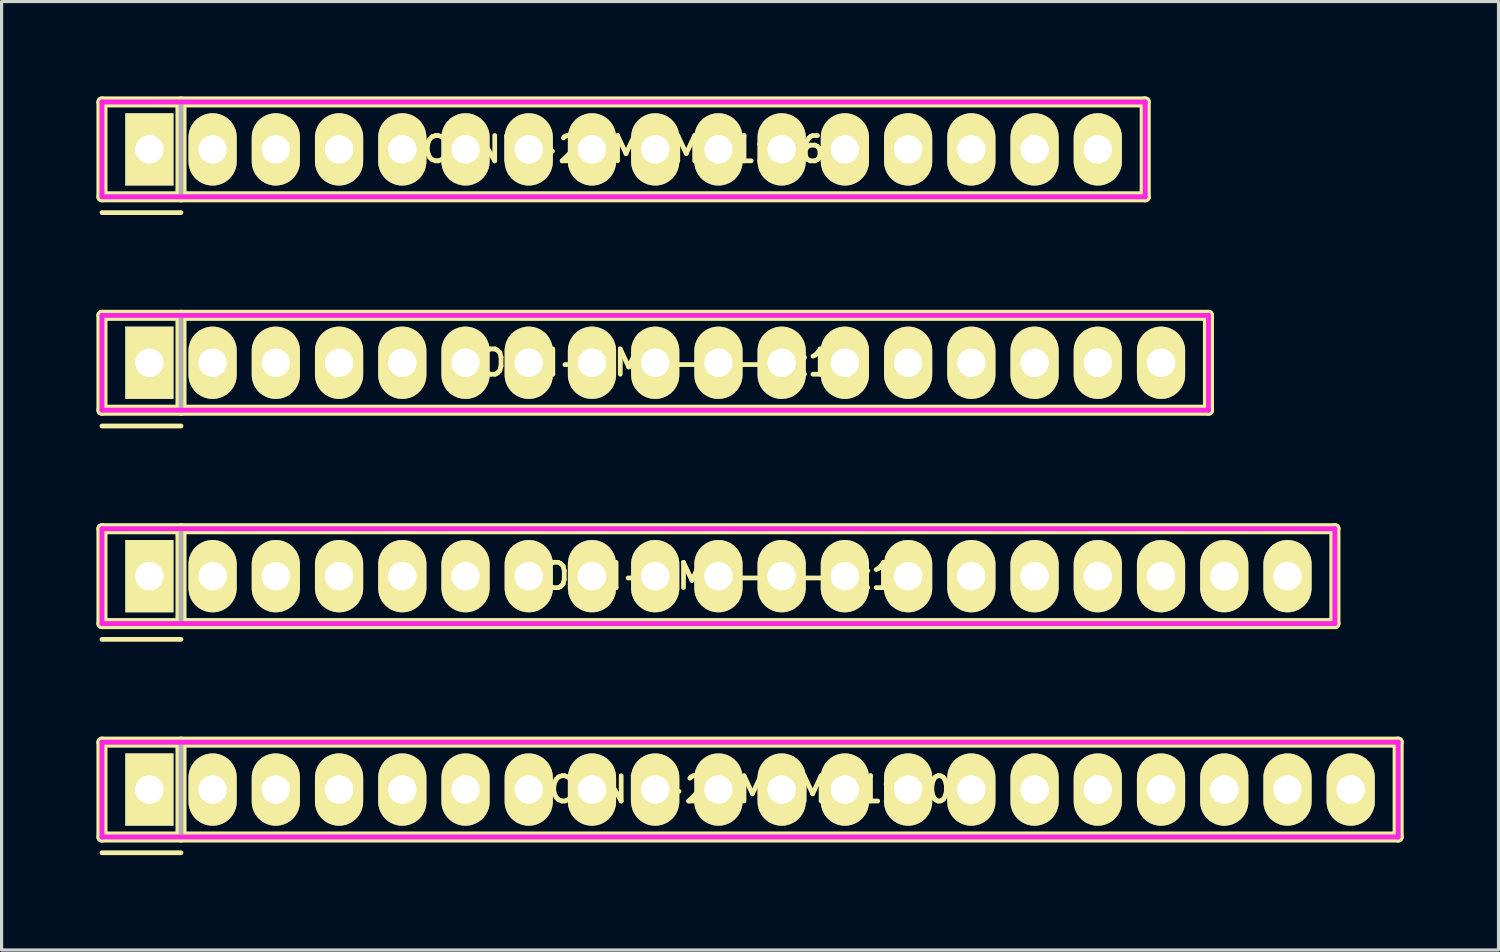
<source format=kicad_pcb>
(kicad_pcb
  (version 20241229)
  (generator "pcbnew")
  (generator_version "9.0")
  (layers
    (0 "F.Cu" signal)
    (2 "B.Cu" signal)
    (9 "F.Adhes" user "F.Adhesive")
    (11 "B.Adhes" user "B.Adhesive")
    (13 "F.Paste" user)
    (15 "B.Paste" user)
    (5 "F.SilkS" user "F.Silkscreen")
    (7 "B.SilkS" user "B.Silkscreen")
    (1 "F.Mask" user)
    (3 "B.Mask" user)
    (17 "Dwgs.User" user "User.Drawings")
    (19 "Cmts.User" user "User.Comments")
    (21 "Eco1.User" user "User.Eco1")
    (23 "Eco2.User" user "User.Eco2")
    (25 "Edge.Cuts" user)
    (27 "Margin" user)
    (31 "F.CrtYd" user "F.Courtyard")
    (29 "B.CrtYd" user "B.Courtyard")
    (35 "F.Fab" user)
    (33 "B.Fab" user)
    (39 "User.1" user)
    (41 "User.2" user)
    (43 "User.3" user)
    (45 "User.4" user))
  (footprint "CONN-2MM-M-1x19"
    (layer "F.Cu")
    (at 19.675 15.175)
    (property "Reference" "CONN-2MM-M-1x19" (at 0 0 0) (layer "F.SilkS") (effects (font (size 0.8 0.8) (thickness 0.15))))
    (attr through_hole)
    (fp_line (start -19.5 -1.5) (end 19.5 -1.5) (stroke (width 0.35) (type solid)) (layer "F.SilkS"))
    (fp_line (start -19.5 1.5) (end -19.5 -1.5) (stroke (width 0.35) (type solid)) (layer "F.SilkS"))
    (fp_line (start -19.5 2) (end -17 2) (stroke (width 0.15) (type solid)) (layer "F.SilkS"))
    (fp_line (start -17 -1.5) (end -17 1.5) (stroke (width 0.35) (type solid)) (layer "F.SilkS"))
    (fp_line (start 19.5 -1.5) (end 19.5 1.5) (stroke (width 0.35) (type solid)) (layer "F.SilkS"))
    (fp_line (start 19.5 1.5) (end -19.5 1.5) (stroke (width 0.35) (type solid)) (layer "F.SilkS"))
    (fp_line (start -19.5 -1.5) (end 19.5 -1.5) (stroke (width 0.15) (type solid)) (layer "F.CrtYd"))
    (fp_line (start -19.5 1.5) (end -19.5 -1.5) (stroke (width 0.15) (type solid)) (layer "F.CrtYd"))
    (fp_line (start 19.5 -1.5) (end 19.5 1.5) (stroke (width 0.15) (type solid)) (layer "F.CrtYd"))
    (fp_line (start 19.5 1.5) (end -19.5 1.5) (stroke (width 0.15) (type solid)) (layer "F.CrtYd"))
    (fp_line (start -19.5 -1.5) (end 19.5 -1.5) (stroke (width 0.15) (type solid)) (layer "F.Fab"))
    (fp_line (start -19.5 1.5) (end -19.5 -1.5) (stroke (width 0.15) (type solid)) (layer "F.Fab"))
    (fp_line (start -17 -1.5) (end -17 1.5) (stroke (width 0.15) (type solid)) (layer "F.Fab"))
    (fp_line (start 19.5 -1.5) (end 19.5 1.5) (stroke (width 0.15) (type solid)) (layer "F.Fab"))
    (fp_line (start 19.5 1.5) (end -19.5 1.5) (stroke (width 0.15) (type solid)) (layer "F.Fab"))
    (pad "1" thru_hole rect (at -18 0) (size 1.524 2.286) (drill 0.9) (layers "*.Cu" "*.Mask" "F.SilkS"))
    (pad "2" thru_hole oval (at -16 0) (size 1.524 2.286) (drill 0.9) (layers "*.Cu" "*.Mask" "F.SilkS"))
    (pad "3" thru_hole oval (at -14 0) (size 1.524 2.286) (drill 0.9) (layers "*.Cu" "*.Mask" "F.SilkS"))
    (pad "4" thru_hole oval (at -12 0) (size 1.524 2.286) (drill 0.9) (layers "*.Cu" "*.Mask" "F.SilkS"))
    (pad "5" thru_hole oval (at -10 0) (size 1.524 2.286) (drill 0.9) (layers "*.Cu" "*.Mask" "F.SilkS"))
    (pad "6" thru_hole oval (at -8 0) (size 1.524 2.286) (drill 0.9) (layers "*.Cu" "*.Mask" "F.SilkS"))
    (pad "7" thru_hole oval (at -6 0) (size 1.524 2.286) (drill 0.9) (layers "*.Cu" "*.Mask" "F.SilkS"))
    (pad "8" thru_hole oval (at -4 0) (size 1.524 2.286) (drill 0.9) (layers "*.Cu" "*.Mask" "F.SilkS"))
    (pad "9" thru_hole oval (at -2 0) (size 1.524 2.286) (drill 0.9) (layers "*.Cu" "*.Mask" "F.SilkS"))
    (pad "10" thru_hole oval (at 0 0) (size 1.524 2.286) (drill 0.9) (layers "*.Cu" "*.Mask" "F.SilkS"))
    (pad "11" thru_hole oval (at 2 0) (size 1.524 2.286) (drill 0.9) (layers "*.Cu" "*.Mask" "F.SilkS"))
    (pad "12" thru_hole oval (at 4 0) (size 1.524 2.286) (drill 0.9) (layers "*.Cu" "*.Mask" "F.SilkS"))
    (pad "13" thru_hole oval (at 6 0) (size 1.524 2.286) (drill 0.9) (layers "*.Cu" "*.Mask" "F.SilkS"))
    (pad "14" thru_hole oval (at 8 0) (size 1.524 2.286) (drill 0.9) (layers "*.Cu" "*.Mask" "F.SilkS"))
    (pad "15" thru_hole oval (at 10 0) (size 1.524 2.286) (drill 0.9) (layers "*.Cu" "*.Mask" "F.SilkS"))
    (pad "16" thru_hole oval (at 12 0) (size 1.524 2.286) (drill 0.9) (layers "*.Cu" "*.Mask" "F.SilkS"))
    (pad "17" thru_hole oval (at 14 0) (size 1.524 2.286) (drill 0.9) (layers "*.Cu" "*.Mask" "F.SilkS"))
    (pad "18" thru_hole oval (at 16 0) (size 1.524 2.286) (drill 0.9) (layers "*.Cu" "*.Mask" "F.SilkS"))
    (pad "19" thru_hole oval (at 18 0) (size 1.524 2.286) (drill 0.9) (layers "*.Cu" "*.Mask" "F.SilkS")))
  (footprint "CONN-2MM-M-1x17"
    (layer "F.Cu")
    (at 17.675 8.425)
    (property "Reference" "CONN-2MM-M-1x17" (at 0 0 0) (layer "F.SilkS") (effects (font (size 0.8 0.8) (thickness 0.15))))
    (attr through_hole)
    (fp_line (start -17.5 -1.5) (end 17.5 -1.5) (stroke (width 0.35) (type solid)) (layer "F.SilkS"))
    (fp_line (start -17.5 1.5) (end -17.5 -1.5) (stroke (width 0.35) (type solid)) (layer "F.SilkS"))
    (fp_line (start -17.5 2) (end -15 2) (stroke (width 0.15) (type solid)) (layer "F.SilkS"))
    (fp_line (start -15 -1.5) (end -15 1.5) (stroke (width 0.35) (type solid)) (layer "F.SilkS"))
    (fp_line (start 17.5 -1.5) (end 17.5 1.5) (stroke (width 0.35) (type solid)) (layer "F.SilkS"))
    (fp_line (start 17.5 1.5) (end -17.5 1.5) (stroke (width 0.35) (type solid)) (layer "F.SilkS"))
    (fp_line (start -17.5 -1.5) (end 17.5 -1.5) (stroke (width 0.15) (type solid)) (layer "F.CrtYd"))
    (fp_line (start -17.5 1.5) (end -17.5 -1.5) (stroke (width 0.15) (type solid)) (layer "F.CrtYd"))
    (fp_line (start 17.5 -1.5) (end 17.5 1.5) (stroke (width 0.15) (type solid)) (layer "F.CrtYd"))
    (fp_line (start 17.5 1.5) (end -17.5 1.5) (stroke (width 0.15) (type solid)) (layer "F.CrtYd"))
    (fp_line (start -17.5 -1.5) (end 17.5 -1.5) (stroke (width 0.15) (type solid)) (layer "F.Fab"))
    (fp_line (start -17.5 1.5) (end -17.5 -1.5) (stroke (width 0.15) (type solid)) (layer "F.Fab"))
    (fp_line (start -15 -1.5) (end -15 1.5) (stroke (width 0.15) (type solid)) (layer "F.Fab"))
    (fp_line (start 17.5 -1.5) (end 17.5 1.5) (stroke (width 0.15) (type solid)) (layer "F.Fab"))
    (fp_line (start 17.5 1.5) (end -17.5 1.5) (stroke (width 0.15) (type solid)) (layer "F.Fab"))
    (pad "1" thru_hole rect (at -16 0) (size 1.524 2.286) (drill 0.9) (layers "*.Cu" "*.Mask" "F.SilkS"))
    (pad "2" thru_hole oval (at -14 0) (size 1.524 2.286) (drill 0.9) (layers "*.Cu" "*.Mask" "F.SilkS"))
    (pad "3" thru_hole oval (at -12 0) (size 1.524 2.286) (drill 0.9) (layers "*.Cu" "*.Mask" "F.SilkS"))
    (pad "4" thru_hole oval (at -10 0) (size 1.524 2.286) (drill 0.9) (layers "*.Cu" "*.Mask" "F.SilkS"))
    (pad "5" thru_hole oval (at -8 0) (size 1.524 2.286) (drill 0.9) (layers "*.Cu" "*.Mask" "F.SilkS"))
    (pad "6" thru_hole oval (at -6 0) (size 1.524 2.286) (drill 0.9) (layers "*.Cu" "*.Mask" "F.SilkS"))
    (pad "7" thru_hole oval (at -4 0) (size 1.524 2.286) (drill 0.9) (layers "*.Cu" "*.Mask" "F.SilkS"))
    (pad "8" thru_hole oval (at -2 0) (size 1.524 2.286) (drill 0.9) (layers "*.Cu" "*.Mask" "F.SilkS"))
    (pad "9" thru_hole oval (at 0 0) (size 1.524 2.286) (drill 0.9) (layers "*.Cu" "*.Mask" "F.SilkS"))
    (pad "10" thru_hole oval (at 2 0) (size 1.524 2.286) (drill 0.9) (layers "*.Cu" "*.Mask" "F.SilkS"))
    (pad "11" thru_hole oval (at 4 0) (size 1.524 2.286) (drill 0.9) (layers "*.Cu" "*.Mask" "F.SilkS"))
    (pad "12" thru_hole oval (at 6 0) (size 1.524 2.286) (drill 0.9) (layers "*.Cu" "*.Mask" "F.SilkS"))
    (pad "13" thru_hole oval (at 8 0) (size 1.524 2.286) (drill 0.9) (layers "*.Cu" "*.Mask" "F.SilkS"))
    (pad "14" thru_hole oval (at 10 0) (size 1.524 2.286) (drill 0.9) (layers "*.Cu" "*.Mask" "F.SilkS"))
    (pad "15" thru_hole oval (at 12 0) (size 1.524 2.286) (drill 0.9) (layers "*.Cu" "*.Mask" "F.SilkS"))
    (pad "16" thru_hole oval (at 14 0) (size 1.524 2.286) (drill 0.9) (layers "*.Cu" "*.Mask" "F.SilkS"))
    (pad "17" thru_hole oval (at 16 0) (size 1.524 2.286) (drill 0.9) (layers "*.Cu" "*.Mask" "F.SilkS")))
  (footprint "CONN-2MM-M-1x20"
    (layer "F.Cu")
    (at 20.675 21.925)
    (property "Reference" "CONN-2MM-M-1x20" (at 0 0 0) (layer "F.SilkS") (effects (font (size 0.8 0.8) (thickness 0.15))))
    (attr through_hole)
    (fp_line (start -20.5 -1.5) (end 20.5 -1.5) (stroke (width 0.35) (type solid)) (layer "F.SilkS"))
    (fp_line (start -20.5 1.5) (end -20.5 -1.5) (stroke (width 0.35) (type solid)) (layer "F.SilkS"))
    (fp_line (start -20.5 2) (end -18 2) (stroke (width 0.15) (type solid)) (layer "F.SilkS"))
    (fp_line (start -18 -1.5) (end -18 1.5) (stroke (width 0.35) (type solid)) (layer "F.SilkS"))
    (fp_line (start 20.5 -1.5) (end 20.5 1.5) (stroke (width 0.35) (type solid)) (layer "F.SilkS"))
    (fp_line (start 20.5 1.5) (end -20.5 1.5) (stroke (width 0.35) (type solid)) (layer "F.SilkS"))
    (fp_line (start -20.5 -1.5) (end 20.5 -1.5) (stroke (width 0.15) (type solid)) (layer "F.CrtYd"))
    (fp_line (start -20.5 1.5) (end -20.5 -1.5) (stroke (width 0.15) (type solid)) (layer "F.CrtYd"))
    (fp_line (start 20.5 -1.5) (end 20.5 1.5) (stroke (width 0.15) (type solid)) (layer "F.CrtYd"))
    (fp_line (start 20.5 1.5) (end -20.5 1.5) (stroke (width 0.15) (type solid)) (layer "F.CrtYd"))
    (fp_line (start -20.5 -1.5) (end 20.5 -1.5) (stroke (width 0.15) (type solid)) (layer "F.Fab"))
    (fp_line (start -20.5 1.5) (end -20.5 -1.5) (stroke (width 0.15) (type solid)) (layer "F.Fab"))
    (fp_line (start -18 -1.5) (end -18 1.5) (stroke (width 0.15) (type solid)) (layer "F.Fab"))
    (fp_line (start 20.5 -1.5) (end 20.5 1.5) (stroke (width 0.15) (type solid)) (layer "F.Fab"))
    (fp_line (start 20.5 1.5) (end -20.5 1.5) (stroke (width 0.15) (type solid)) (layer "F.Fab"))
    (pad "1" thru_hole rect (at -19 0) (size 1.524 2.286) (drill 0.9) (layers "*.Cu" "*.Mask" "F.SilkS"))
    (pad "2" thru_hole oval (at -17 0) (size 1.524 2.286) (drill 0.9) (layers "*.Cu" "*.Mask" "F.SilkS"))
    (pad "3" thru_hole oval (at -15 0) (size 1.524 2.286) (drill 0.9) (layers "*.Cu" "*.Mask" "F.SilkS"))
    (pad "4" thru_hole oval (at -13 0) (size 1.524 2.286) (drill 0.9) (layers "*.Cu" "*.Mask" "F.SilkS"))
    (pad "5" thru_hole oval (at -11 0) (size 1.524 2.286) (drill 0.9) (layers "*.Cu" "*.Mask" "F.SilkS"))
    (pad "6" thru_hole oval (at -9 0) (size 1.524 2.286) (drill 0.9) (layers "*.Cu" "*.Mask" "F.SilkS"))
    (pad "7" thru_hole oval (at -7 0) (size 1.524 2.286) (drill 0.9) (layers "*.Cu" "*.Mask" "F.SilkS"))
    (pad "8" thru_hole oval (at -5 0) (size 1.524 2.286) (drill 0.9) (layers "*.Cu" "*.Mask" "F.SilkS"))
    (pad "9" thru_hole oval (at -3 0) (size 1.524 2.286) (drill 0.9) (layers "*.Cu" "*.Mask" "F.SilkS"))
    (pad "10" thru_hole oval (at -1 0) (size 1.524 2.286) (drill 0.9) (layers "*.Cu" "*.Mask" "F.SilkS"))
    (pad "11" thru_hole oval (at 1 0) (size 1.524 2.286) (drill 0.9) (layers "*.Cu" "*.Mask" "F.SilkS"))
    (pad "12" thru_hole oval (at 3 0) (size 1.524 2.286) (drill 0.9) (layers "*.Cu" "*.Mask" "F.SilkS"))
    (pad "13" thru_hole oval (at 5 0) (size 1.524 2.286) (drill 0.9) (layers "*.Cu" "*.Mask" "F.SilkS"))
    (pad "14" thru_hole oval (at 7 0) (size 1.524 2.286) (drill 0.9) (layers "*.Cu" "*.Mask" "F.SilkS"))
    (pad "15" thru_hole oval (at 9 0) (size 1.524 2.286) (drill 0.9) (layers "*.Cu" "*.Mask" "F.SilkS"))
    (pad "16" thru_hole oval (at 11 0) (size 1.524 2.286) (drill 0.9) (layers "*.Cu" "*.Mask" "F.SilkS"))
    (pad "17" thru_hole oval (at 13 0) (size 1.524 2.286) (drill 0.9) (layers "*.Cu" "*.Mask" "F.SilkS"))
    (pad "18" thru_hole oval (at 15 0) (size 1.524 2.286) (drill 0.9) (layers "*.Cu" "*.Mask" "F.SilkS"))
    (pad "19" thru_hole oval (at 17 0) (size 1.524 2.286) (drill 0.9) (layers "*.Cu" "*.Mask" "F.SilkS"))
    (pad "20" thru_hole oval (at 19 0) (size 1.524 2.286) (drill 0.9) (layers "*.Cu" "*.Mask" "F.SilkS")))
  (footprint "CONN-2MM-M-1x16"
    (layer "F.Cu")
    (at 16.675 1.675)
    (property "Reference" "CONN-2MM-M-1x16" (at 0 0 0) (layer "F.SilkS") (effects (font (size 0.8 0.8) (thickness 0.15))))
    (attr through_hole)
    (fp_line (start -16.5 -1.5) (end 16.5 -1.5) (stroke (width 0.35) (type solid)) (layer "F.SilkS"))
    (fp_line (start -16.5 1.5) (end -16.5 -1.5) (stroke (width 0.35) (type solid)) (layer "F.SilkS"))
    (fp_line (start -16.5 2) (end -14 2) (stroke (width 0.15) (type solid)) (layer "F.SilkS"))
    (fp_line (start -14 -1.5) (end -14 1.5) (stroke (width 0.35) (type solid)) (layer "F.SilkS"))
    (fp_line (start 16.5 -1.5) (end 16.5 1.5) (stroke (width 0.35) (type solid)) (layer "F.SilkS"))
    (fp_line (start 16.5 1.5) (end -16.5 1.5) (stroke (width 0.35) (type solid)) (layer "F.SilkS"))
    (fp_line (start -16.5 -1.5) (end 16.5 -1.5) (stroke (width 0.15) (type solid)) (layer "F.CrtYd"))
    (fp_line (start -16.5 1.5) (end -16.5 -1.5) (stroke (width 0.15) (type solid)) (layer "F.CrtYd"))
    (fp_line (start 16.5 -1.5) (end 16.5 1.5) (stroke (width 0.15) (type solid)) (layer "F.CrtYd"))
    (fp_line (start 16.5 1.5) (end -16.5 1.5) (stroke (width 0.15) (type solid)) (layer "F.CrtYd"))
    (fp_line (start -16.5 -1.5) (end 16.5 -1.5) (stroke (width 0.15) (type solid)) (layer "F.Fab"))
    (fp_line (start -16.5 1.5) (end -16.5 -1.5) (stroke (width 0.15) (type solid)) (layer "F.Fab"))
    (fp_line (start -14 -1.5) (end -14 1.5) (stroke (width 0.15) (type solid)) (layer "F.Fab"))
    (fp_line (start 16.5 -1.5) (end 16.5 1.5) (stroke (width 0.15) (type solid)) (layer "F.Fab"))
    (fp_line (start 16.5 1.5) (end -16.5 1.5) (stroke (width 0.15) (type solid)) (layer "F.Fab"))
    (pad "1" thru_hole rect (at -15 0) (size 1.524 2.286) (drill 0.9) (layers "*.Cu" "*.Mask" "F.SilkS"))
    (pad "2" thru_hole oval (at -13 0) (size 1.524 2.286) (drill 0.9) (layers "*.Cu" "*.Mask" "F.SilkS"))
    (pad "3" thru_hole oval (at -11 0) (size 1.524 2.286) (drill 0.9) (layers "*.Cu" "*.Mask" "F.SilkS"))
    (pad "4" thru_hole oval (at -9 0) (size 1.524 2.286) (drill 0.9) (layers "*.Cu" "*.Mask" "F.SilkS"))
    (pad "5" thru_hole oval (at -7 0) (size 1.524 2.286) (drill 0.9) (layers "*.Cu" "*.Mask" "F.SilkS"))
    (pad "6" thru_hole oval (at -5 0) (size 1.524 2.286) (drill 0.9) (layers "*.Cu" "*.Mask" "F.SilkS"))
    (pad "7" thru_hole oval (at -3 0) (size 1.524 2.286) (drill 0.9) (layers "*.Cu" "*.Mask" "F.SilkS"))
    (pad "8" thru_hole oval (at -1 0) (size 1.524 2.286) (drill 0.9) (layers "*.Cu" "*.Mask" "F.SilkS"))
    (pad "9" thru_hole oval (at 1 0) (size 1.524 2.286) (drill 0.9) (layers "*.Cu" "*.Mask" "F.SilkS"))
    (pad "10" thru_hole oval (at 3 0) (size 1.524 2.286) (drill 0.9) (layers "*.Cu" "*.Mask" "F.SilkS"))
    (pad "11" thru_hole oval (at 5 0) (size 1.524 2.286) (drill 0.9) (layers "*.Cu" "*.Mask" "F.SilkS"))
    (pad "12" thru_hole oval (at 7 0) (size 1.524 2.286) (drill 0.9) (layers "*.Cu" "*.Mask" "F.SilkS"))
    (pad "13" thru_hole oval (at 9 0) (size 1.524 2.286) (drill 0.9) (layers "*.Cu" "*.Mask" "F.SilkS"))
    (pad "14" thru_hole oval (at 11 0) (size 1.524 2.286) (drill 0.9) (layers "*.Cu" "*.Mask" "F.SilkS"))
    (pad "15" thru_hole oval (at 13 0) (size 1.524 2.286) (drill 0.9) (layers "*.Cu" "*.Mask" "F.SilkS"))
    (pad "16" thru_hole oval (at 15 0) (size 1.524 2.286) (drill 0.9) (layers "*.Cu" "*.Mask" "F.SilkS")))
  (gr_rect
    (start -3 -3)
    (end 44.35 27)
    (stroke (width 0.1) (type default))
    (fill no)
    (layer "Edge.Cuts")))
</source>
